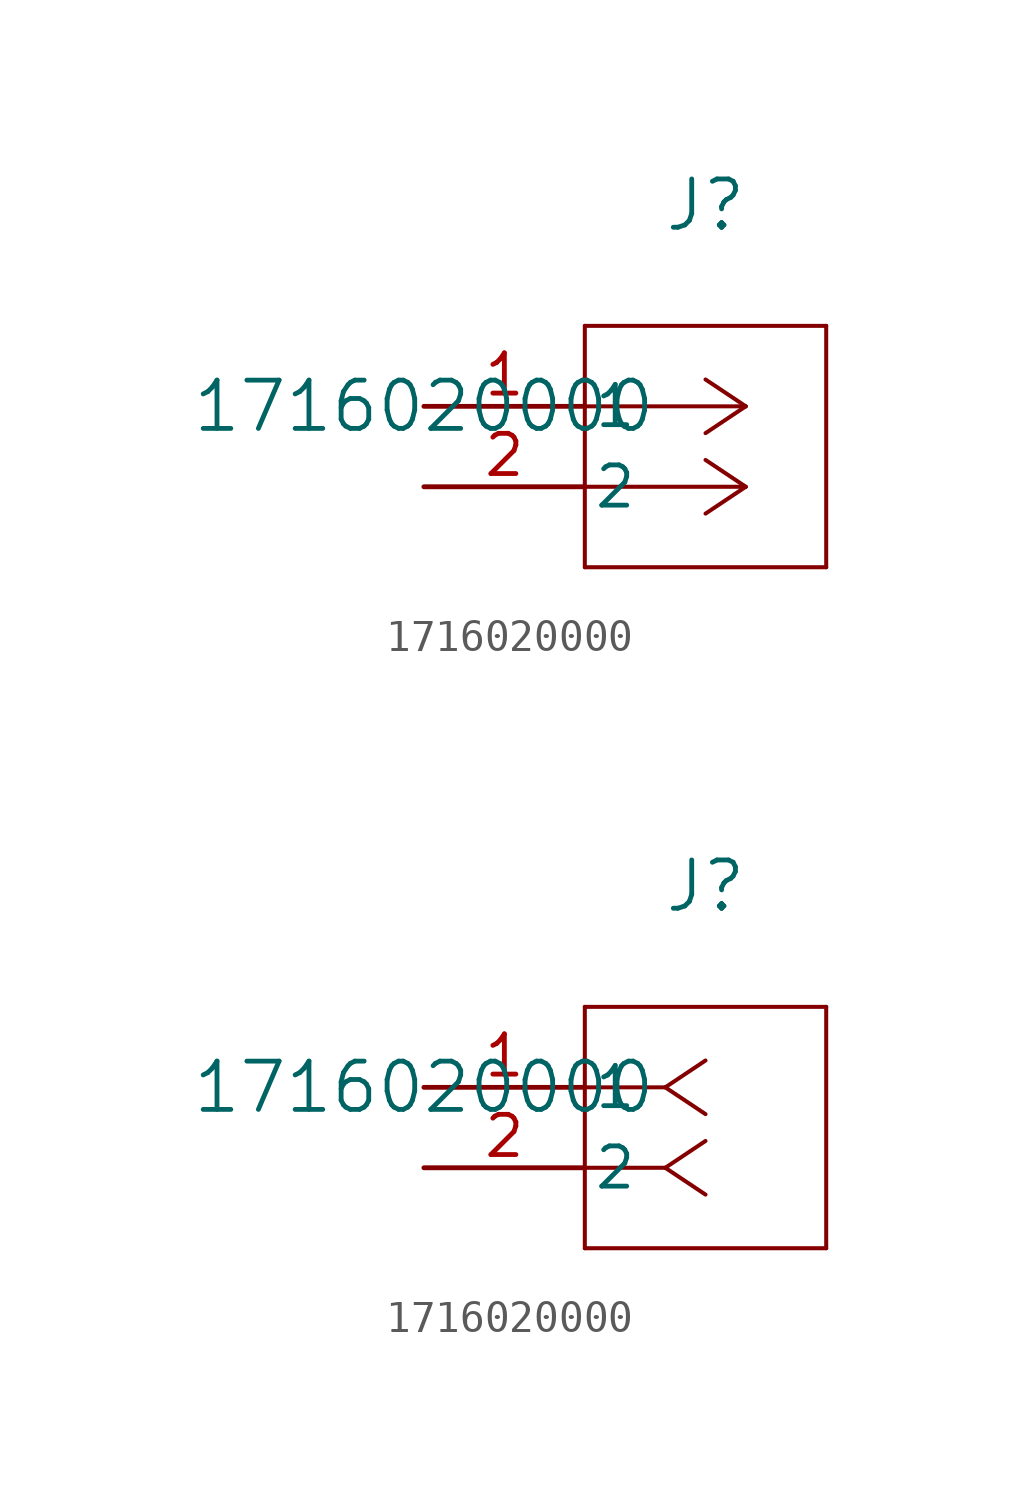
<source format=kicad_sym>
(kicad_symbol_lib
  (version 20211014)
  (generator kicad_symbol_editor)
  (symbol "1716020000"
    (pin_names
      (offset 0.254))
    (property "Reference" "J"
      (at 8.89 6.35 0)
      (effects (font (size 1.524 1.524))))
    (property "Value" "1716020000"
      (at 0 0 0)
      (effects (font (size 1.524 1.524))))
    (symbol "1716020000_1_1"
      (polyline (pts (xy 10.16 0) (xy 5.08 0)) (stroke (width 0.127) (type default) (color 0 0 0 0)) (fill (type none)))
      (polyline (pts (xy 10.16 -2.54) (xy 5.08 -2.54)) (stroke (width 0.127) (type default) (color 0 0 0 0)) (fill (type none)))
      (polyline (pts (xy 10.16 0) (xy 8.89 0.847)) (stroke (width 0.127) (type default) (color 0 0 0 0)) (fill (type none)))
      (polyline (pts (xy 10.16 -2.54) (xy 8.89 -1.693)) (stroke (width 0.127) (type default) (color 0 0 0 0)) (fill (type none)))
      (polyline (pts (xy 10.16 0) (xy 8.89 -0.847)) (stroke (width 0.127) (type default) (color 0 0 0 0)) (fill (type none)))
      (polyline (pts (xy 10.16 -2.54) (xy 8.89 -3.387)) (stroke (width 0.127) (type default) (color 0 0 0 0)) (fill (type none)))
      (polyline (pts (xy 5.08 2.54) (xy 5.08 -5.08)) (stroke (width 0.127) (type default) (color 0 0 0 0)) (fill (type none)))
      (polyline (pts (xy 5.08 -5.08) (xy 12.7 -5.08)) (stroke (width 0.127) (type default) (color 0 0 0 0)) (fill (type none)))
      (polyline (pts (xy 12.7 -5.08) (xy 12.7 2.54)) (stroke (width 0.127) (type default) (color 0 0 0 0)) (fill (type none)))
      (polyline (pts (xy 12.7 2.54) (xy 5.08 2.54)) (stroke (width 0.127) (type default) (color 0 0 0 0)) (fill (type none)))
      (pin unspecified line (at 0 0 0) (length 5.08) (name "1" (effects (font (size 1.27 1.27)))) (number "1" (effects (font (size 1.27 1.27)))))
      (pin unspecified line (at 0 -2.54 0) (length 5.08) (name "2" (effects (font (size 1.27 1.27)))) (number "2" (effects (font (size 1.27 1.27))))))
    (symbol "1716020000_1_2"
      (polyline (pts (xy 7.62 0) (xy 5.08 0)) (stroke (width 0.127) (type default) (color 0 0 0 0)) (fill (type none)))
      (polyline (pts (xy 7.62 -2.54) (xy 5.08 -2.54)) (stroke (width 0.127) (type default) (color 0 0 0 0)) (fill (type none)))
      (polyline (pts (xy 7.62 0) (xy 8.89 0.847)) (stroke (width 0.127) (type default) (color 0 0 0 0)) (fill (type none)))
      (polyline (pts (xy 7.62 -2.54) (xy 8.89 -1.693)) (stroke (width 0.127) (type default) (color 0 0 0 0)) (fill (type none)))
      (polyline (pts (xy 7.62 0) (xy 8.89 -0.847)) (stroke (width 0.127) (type default) (color 0 0 0 0)) (fill (type none)))
      (polyline (pts (xy 7.62 -2.54) (xy 8.89 -3.387)) (stroke (width 0.127) (type default) (color 0 0 0 0)) (fill (type none)))
      (polyline (pts (xy 5.08 2.54) (xy 5.08 -5.08)) (stroke (width 0.127) (type default) (color 0 0 0 0)) (fill (type none)))
      (polyline (pts (xy 5.08 -5.08) (xy 12.7 -5.08)) (stroke (width 0.127) (type default) (color 0 0 0 0)) (fill (type none)))
      (polyline (pts (xy 12.7 -5.08) (xy 12.7 2.54)) (stroke (width 0.127) (type default) (color 0 0 0 0)) (fill (type none)))
      (polyline (pts (xy 12.7 2.54) (xy 5.08 2.54)) (stroke (width 0.127) (type default) (color 0 0 0 0)) (fill (type none)))
      (pin unspecified line (at 0 0 0) (length 5.08) (name "1" (effects (font (size 1.27 1.27)))) (number "1" (effects (font (size 1.27 1.27)))))
      (pin unspecified line (at 0 -2.54 0) (length 5.08) (name "2" (effects (font (size 1.27 1.27)))) (number "2" (effects (font (size 1.27 1.27))))))))
</source>
